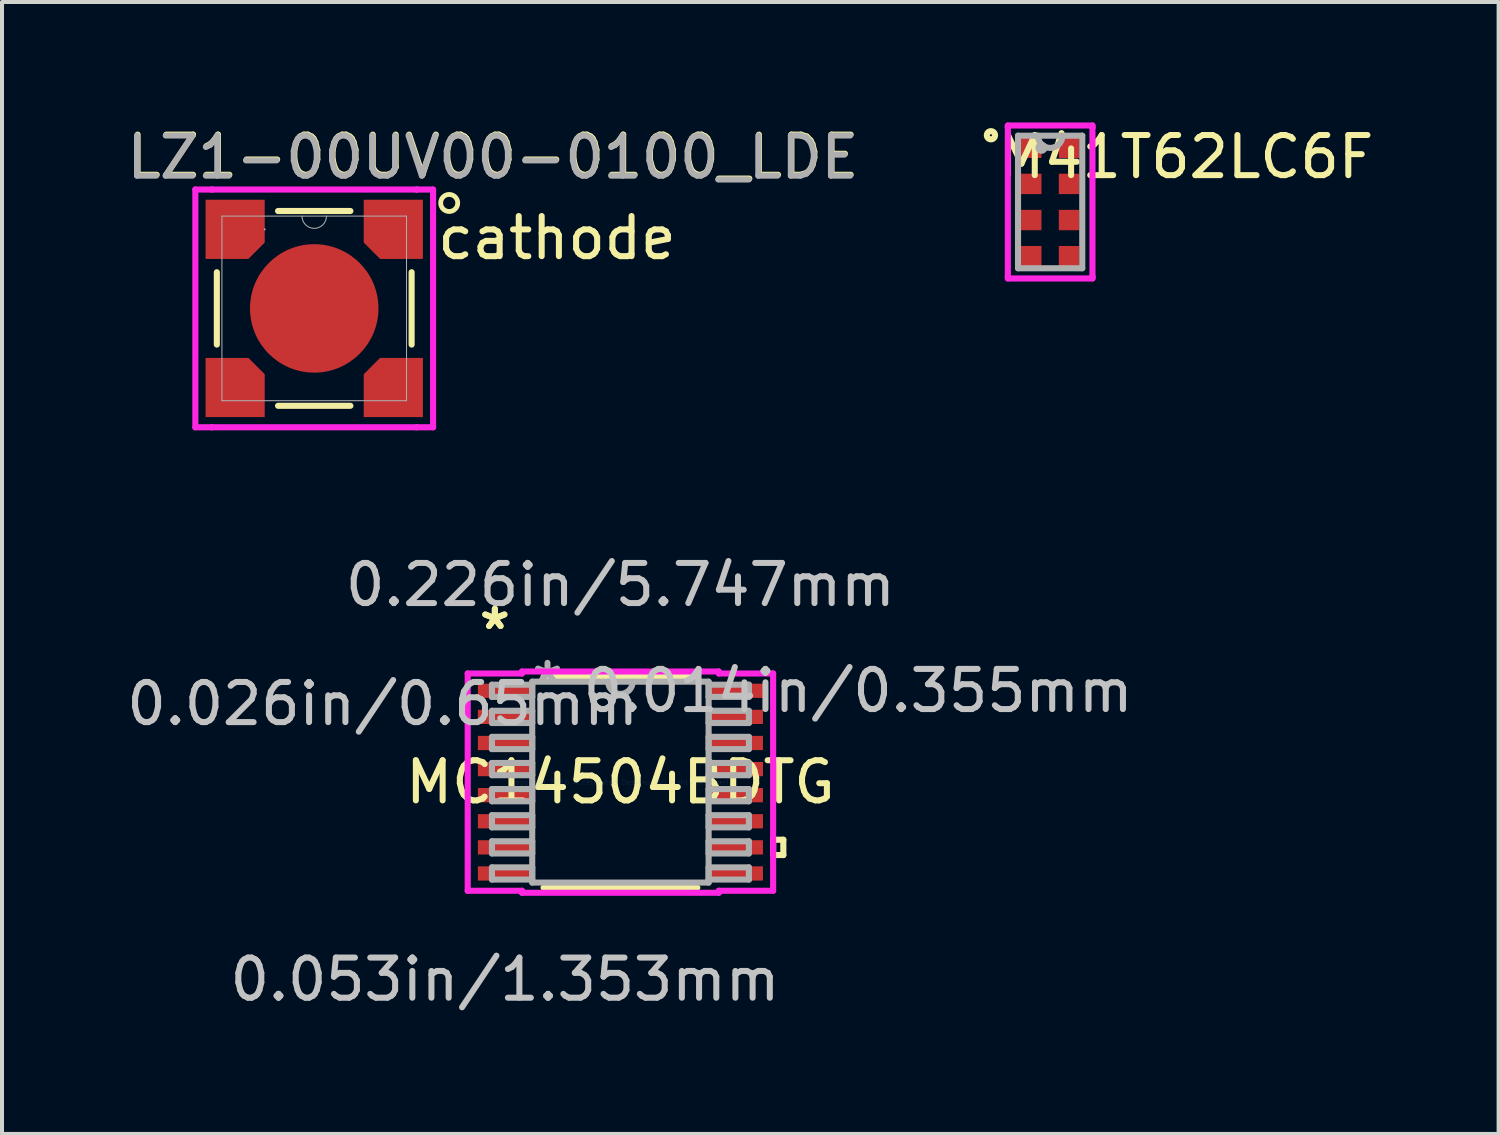
<source format=kicad_pcb>
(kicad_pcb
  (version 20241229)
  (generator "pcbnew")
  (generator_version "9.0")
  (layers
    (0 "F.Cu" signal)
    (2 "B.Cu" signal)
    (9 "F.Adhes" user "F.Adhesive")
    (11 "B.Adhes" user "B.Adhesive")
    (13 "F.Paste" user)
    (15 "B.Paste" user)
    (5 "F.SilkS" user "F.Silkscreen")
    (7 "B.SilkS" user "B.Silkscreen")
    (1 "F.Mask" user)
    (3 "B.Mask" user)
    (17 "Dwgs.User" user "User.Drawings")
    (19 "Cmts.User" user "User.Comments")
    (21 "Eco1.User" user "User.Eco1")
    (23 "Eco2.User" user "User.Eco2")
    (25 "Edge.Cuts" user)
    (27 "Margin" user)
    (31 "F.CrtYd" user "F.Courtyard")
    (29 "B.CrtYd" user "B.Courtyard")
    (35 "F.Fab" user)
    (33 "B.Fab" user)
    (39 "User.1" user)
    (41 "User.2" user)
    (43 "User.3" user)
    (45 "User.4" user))
  (footprint "LZ1-00UV00-0100_LDE"
    (layer "F.Cu")
    (at 4.777 4.632)
    (property "Reference" "LZ1-00UV00-0100_LDE" (at 4.458 -3.784 0) (unlocked yes) (layer "F.SilkS") (effects (font (size 1 1) (thickness 0.15))))
    (attr smd)
    (fp_poly (pts (xy -2.707 2.707) (xy -2.707 1.233) (xy -1.64 1.233) (xy -1.233 1.64) (xy -1.233 2.707)) (stroke (width 0) (type solid)) (fill yes) (layer "F.Cu"))
    (fp_poly (pts (xy -2.707 -2.707) (xy -1.233 -2.707) (xy -1.233 -1.64) (xy -1.64 -1.233) (xy -2.707 -1.233)) (stroke (width 0) (type solid)) (fill yes) (layer "F.Cu"))
    (fp_poly (pts (xy 2.707 -2.707) (xy 2.707 -1.233) (xy 1.64 -1.233) (xy 1.233 -1.64) (xy 1.233 -2.707)) (stroke (width 0) (type solid)) (fill yes) (layer "F.Cu"))
    (fp_poly (pts (xy 2.707 2.707) (xy 1.233 2.707) (xy 1.233 1.64) (xy 1.64 1.233) (xy 2.707 1.233)) (stroke (width 0) (type solid)) (fill yes) (layer "F.Cu"))
    (fp_poly (pts (xy -2.707 2.707) (xy -2.707 1.233) (xy -1.64 1.233) (xy -1.233 1.64) (xy -1.233 2.707)) (stroke (width 0) (type solid)) (fill yes) (layer "F.Mask"))
    (fp_poly (pts (xy -2.707 -2.707) (xy -1.233 -2.707) (xy -1.233 -1.64) (xy -1.64 -1.233) (xy -2.707 -1.233)) (stroke (width 0) (type solid)) (fill yes) (layer "F.Mask"))
    (fp_poly (pts (xy 2.707 -2.707) (xy 2.707 -1.233) (xy 1.64 -1.233) (xy 1.233 -1.64) (xy 1.233 -2.707)) (stroke (width 0) (type solid)) (fill yes) (layer "F.Mask"))
    (fp_poly (pts (xy 2.707 2.707) (xy 1.233 2.707) (xy 1.233 1.64) (xy 1.64 1.233) (xy 2.707 1.233)) (stroke (width 0) (type solid)) (fill yes) (layer "F.Mask"))
    (fp_line (start -2.426 -0.901) (end -2.426 0.901) (stroke (width 0.152) (type solid)) (layer "F.SilkS"))
    (fp_line (start -0.901 2.426) (end 0.901 2.426) (stroke (width 0.152) (type solid)) (layer "F.SilkS"))
    (fp_line (start 0.901 -2.426) (end -0.901 -2.426) (stroke (width 0.152) (type solid)) (layer "F.SilkS"))
    (fp_line (start 2.426 0.901) (end 2.426 -0.901) (stroke (width 0.152) (type solid)) (layer "F.SilkS"))
    (fp_circle (center 3.362 -2.626) (end 3.232 -2.794) (stroke (width 0.12) (type solid)) (fill no) (layer "F.SilkS"))
    (fp_poly (pts (xy -2.707 2.707) (xy -2.707 1.233) (xy -1.64 1.233) (xy -1.233 1.64) (xy -1.233 2.707)) (stroke (width 0) (type solid)) (fill yes) (layer "F.Paste"))
    (fp_poly (pts (xy -2.707 -2.707) (xy -1.233 -2.707) (xy -1.233 -1.64) (xy -1.64 -1.233) (xy -2.707 -1.233)) (stroke (width 0) (type solid)) (fill yes) (layer "F.Paste"))
    (fp_poly (pts (xy 2.707 -2.707) (xy 2.707 -1.233) (xy 1.64 -1.233) (xy 1.233 -1.64) (xy 1.233 -2.707)) (stroke (width 0) (type solid)) (fill yes) (layer "F.Paste"))
    (fp_poly (pts (xy 2.707 2.707) (xy 1.233 2.707) (xy 1.233 1.64) (xy 1.64 1.233) (xy 2.707 1.233)) (stroke (width 0) (type solid)) (fill yes) (layer "F.Paste"))
    (fp_line (start -2.961 -2.961) (end -2.553 -2.961) (stroke (width 0.152) (type solid)) (layer "F.CrtYd"))
    (fp_line (start -2.961 2.961) (end -2.961 -2.961) (stroke (width 0.152) (type solid)) (layer "F.CrtYd"))
    (fp_line (start -2.961 2.961) (end -2.553 2.961) (stroke (width 0.152) (type solid)) (layer "F.CrtYd"))
    (fp_line (start -2.553 -2.961) (end -2.553 -2.961) (stroke (width 0.152) (type solid)) (layer "F.CrtYd"))
    (fp_line (start -2.553 -2.961) (end 2.553 -2.961) (stroke (width 0.152) (type solid)) (layer "F.CrtYd"))
    (fp_line (start -2.553 2.961) (end -2.553 2.961) (stroke (width 0.152) (type solid)) (layer "F.CrtYd"))
    (fp_line (start 2.553 -2.961) (end 2.553 -2.961) (stroke (width 0.152) (type solid)) (layer "F.CrtYd"))
    (fp_line (start 2.553 2.961) (end -2.553 2.961) (stroke (width 0.152) (type solid)) (layer "F.CrtYd"))
    (fp_line (start 2.553 2.961) (end 2.553 2.961) (stroke (width 0.152) (type solid)) (layer "F.CrtYd"))
    (fp_line (start 2.961 -2.961) (end 2.553 -2.961) (stroke (width 0.152) (type solid)) (layer "F.CrtYd"))
    (fp_line (start 2.961 -2.961) (end 2.961 2.961) (stroke (width 0.152) (type solid)) (layer "F.CrtYd"))
    (fp_line (start 2.961 2.961) (end 2.553 2.961) (stroke (width 0.152) (type solid)) (layer "F.CrtYd"))
    (fp_line (start -2.299 -2.299) (end -2.299 2.299) (stroke (width 0.025) (type solid)) (layer "F.Fab"))
    (fp_line (start -2.299 2.299) (end 2.299 2.299) (stroke (width 0.025) (type solid)) (layer "F.Fab"))
    (fp_line (start 2.299 -2.299) (end -2.299 -2.299) (stroke (width 0.025) (type solid)) (layer "F.Fab"))
    (fp_line (start 2.299 2.299) (end 2.299 -2.299) (stroke (width 0.025) (type solid)) (layer "F.Fab"))
    (fp_arc (start 0.3048 -2.2987) (mid 0 -1.9939) (end -0.3048 -2.2987) (stroke (width 0.0254) (type solid)) (layer "F.Fab"))
    (fp_circle (center -1.233 -1.97) (end -1.233 -1.97) (stroke (width 0.025) (type solid)) (fill no) (layer "F.Fab"))
    (fp_text user "cathode" (at 6.047 -1.756 0) (unlocked yes) (layer "F.SilkS") (effects (font (size 1 1) (thickness 0.15))))
    (fp_text user "${REFERENCE}" (at 4.443 -3.761 0) (unlocked yes) (layer "F.Fab") (effects (font (size 1 1) (thickness 0.15))))
    (pad "1" smd rect (at -1.97 -1.97) (size 0.051 0.051) (layers "F.Cu" "F.Mask" "F.Paste"))
    (pad "2" smd rect (at 1.97 -1.97 90) (size 0.051 0.051) (layers "F.Cu" "F.Mask" "F.Paste"))
    (pad "3" smd rect (at 1.97 1.97) (size 0.051 0.051) (layers "F.Cu" "F.Mask" "F.Paste"))
    (pad "4" smd rect (at -1.97 1.97 90) (size 0.051 0.051) (layers "F.Cu" "F.Mask" "F.Paste"))
    (pad "5" smd circle (at 0 0) (size 3.2 3.2) (layers "F.Cu" "F.Mask" "F.Paste")))
  (footprint "MC14504BDTG"
    (layer "F.Cu")
    (at 12.404 16.432)
    (property "Reference" "MC14504BDTG" (at 0 0 0) (layer "F.SilkS") (effects (font (size 1 1) (thickness 0.15))))
    (attr through_hole)
    (fp_line (start -1.915 2.629) (end 1.915 2.629) (stroke (width 0.152) (type solid)) (layer "F.SilkS"))
    (fp_line (start 1.915 -2.629) (end -1.915 -2.629) (stroke (width 0.152) (type solid)) (layer "F.SilkS"))
    (fp_line (start 3.804 1.435) (end 4.058 1.435) (stroke (width 0.152) (type solid)) (layer "F.SilkS"))
    (fp_line (start 3.804 1.816) (end 3.804 1.435) (stroke (width 0.152) (type solid)) (layer "F.SilkS"))
    (fp_line (start 4.058 1.435) (end 4.058 1.816) (stroke (width 0.152) (type solid)) (layer "F.SilkS"))
    (fp_line (start 4.058 1.816) (end 3.804 1.816) (stroke (width 0.152) (type solid)) (layer "F.SilkS"))
    (fp_line (start -3.804 -2.706) (end -2.451 -2.706) (stroke (width 0.152) (type solid)) (layer "F.CrtYd"))
    (fp_line (start -3.804 2.706) (end -3.804 -2.706) (stroke (width 0.152) (type solid)) (layer "F.CrtYd"))
    (fp_line (start -2.451 -2.756) (end 2.451 -2.756) (stroke (width 0.152) (type solid)) (layer "F.CrtYd"))
    (fp_line (start -2.451 -2.706) (end -2.451 -2.756) (stroke (width 0.152) (type solid)) (layer "F.CrtYd"))
    (fp_line (start -2.451 2.706) (end -3.804 2.706) (stroke (width 0.152) (type solid)) (layer "F.CrtYd"))
    (fp_line (start -2.451 2.756) (end -2.451 2.706) (stroke (width 0.152) (type solid)) (layer "F.CrtYd"))
    (fp_line (start 2.451 -2.756) (end 2.451 -2.706) (stroke (width 0.152) (type solid)) (layer "F.CrtYd"))
    (fp_line (start 2.451 -2.706) (end 3.804 -2.706) (stroke (width 0.152) (type solid)) (layer "F.CrtYd"))
    (fp_line (start 2.451 2.706) (end 2.451 2.756) (stroke (width 0.152) (type solid)) (layer "F.CrtYd"))
    (fp_line (start 2.451 2.756) (end -2.451 2.756) (stroke (width 0.152) (type solid)) (layer "F.CrtYd"))
    (fp_line (start 3.804 -2.706) (end 3.804 2.706) (stroke (width 0.152) (type solid)) (layer "F.CrtYd"))
    (fp_line (start 3.804 2.706) (end 2.451 2.706) (stroke (width 0.152) (type solid)) (layer "F.CrtYd"))
    (fp_line (start -3.2 -2.427) (end -3.2 -2.123) (stroke (width 0.152) (type solid)) (layer "F.Fab"))
    (fp_line (start -3.2 -2.123) (end -2.197 -2.123) (stroke (width 0.152) (type solid)) (layer "F.Fab"))
    (fp_line (start -3.2 -1.777) (end -3.2 -1.473) (stroke (width 0.152) (type solid)) (layer "F.Fab"))
    (fp_line (start -3.2 -1.473) (end -2.197 -1.473) (stroke (width 0.152) (type solid)) (layer "F.Fab"))
    (fp_line (start -3.2 -1.127) (end -3.2 -0.823) (stroke (width 0.152) (type solid)) (layer "F.Fab"))
    (fp_line (start -3.2 -0.823) (end -2.197 -0.823) (stroke (width 0.152) (type solid)) (layer "F.Fab"))
    (fp_line (start -3.2 -0.477) (end -3.2 -0.173) (stroke (width 0.152) (type solid)) (layer "F.Fab"))
    (fp_line (start -3.2 -0.173) (end -2.197 -0.173) (stroke (width 0.152) (type solid)) (layer "F.Fab"))
    (fp_line (start -3.2 0.173) (end -3.2 0.477) (stroke (width 0.152) (type solid)) (layer "F.Fab"))
    (fp_line (start -3.2 0.477) (end -2.197 0.477) (stroke (width 0.152) (type solid)) (layer "F.Fab"))
    (fp_line (start -3.2 0.823) (end -3.2 1.127) (stroke (width 0.152) (type solid)) (layer "F.Fab"))
    (fp_line (start -3.2 1.127) (end -2.197 1.127) (stroke (width 0.152) (type solid)) (layer "F.Fab"))
    (fp_line (start -3.2 1.473) (end -3.2 1.777) (stroke (width 0.152) (type solid)) (layer "F.Fab"))
    (fp_line (start -3.2 1.777) (end -2.197 1.777) (stroke (width 0.152) (type solid)) (layer "F.Fab"))
    (fp_line (start -3.2 2.123) (end -3.2 2.427) (stroke (width 0.152) (type solid)) (layer "F.Fab"))
    (fp_line (start -3.2 2.427) (end -2.197 2.427) (stroke (width 0.152) (type solid)) (layer "F.Fab"))
    (fp_line (start -2.197 -2.502) (end -2.197 2.502) (stroke (width 0.152) (type solid)) (layer "F.Fab"))
    (fp_line (start -2.197 -2.427) (end -3.2 -2.427) (stroke (width 0.152) (type solid)) (layer "F.Fab"))
    (fp_line (start -2.197 -2.123) (end -2.197 -2.427) (stroke (width 0.152) (type solid)) (layer "F.Fab"))
    (fp_line (start -2.197 -1.777) (end -3.2 -1.777) (stroke (width 0.152) (type solid)) (layer "F.Fab"))
    (fp_line (start -2.197 -1.473) (end -2.197 -1.777) (stroke (width 0.152) (type solid)) (layer "F.Fab"))
    (fp_line (start -2.197 -1.127) (end -3.2 -1.127) (stroke (width 0.152) (type solid)) (layer "F.Fab"))
    (fp_line (start -2.197 -0.823) (end -2.197 -1.127) (stroke (width 0.152) (type solid)) (layer "F.Fab"))
    (fp_line (start -2.197 -0.477) (end -3.2 -0.477) (stroke (width 0.152) (type solid)) (layer "F.Fab"))
    (fp_line (start -2.197 -0.173) (end -2.197 -0.477) (stroke (width 0.152) (type solid)) (layer "F.Fab"))
    (fp_line (start -2.197 0.173) (end -3.2 0.173) (stroke (width 0.152) (type solid)) (layer "F.Fab"))
    (fp_line (start -2.197 0.477) (end -2.197 0.173) (stroke (width 0.152) (type solid)) (layer "F.Fab"))
    (fp_line (start -2.197 0.823) (end -3.2 0.823) (stroke (width 0.152) (type solid)) (layer "F.Fab"))
    (fp_line (start -2.197 1.127) (end -2.197 0.823) (stroke (width 0.152) (type solid)) (layer "F.Fab"))
    (fp_line (start -2.197 1.473) (end -3.2 1.473) (stroke (width 0.152) (type solid)) (layer "F.Fab"))
    (fp_line (start -2.197 1.777) (end -2.197 1.473) (stroke (width 0.152) (type solid)) (layer "F.Fab"))
    (fp_line (start -2.197 2.123) (end -3.2 2.123) (stroke (width 0.152) (type solid)) (layer "F.Fab"))
    (fp_line (start -2.197 2.427) (end -2.197 2.123) (stroke (width 0.152) (type solid)) (layer "F.Fab"))
    (fp_line (start -2.197 2.502) (end 2.197 2.502) (stroke (width 0.152) (type solid)) (layer "F.Fab"))
    (fp_line (start 2.197 -2.502) (end -2.197 -2.502) (stroke (width 0.152) (type solid)) (layer "F.Fab"))
    (fp_line (start 2.197 -2.427) (end 2.197 -2.123) (stroke (width 0.152) (type solid)) (layer "F.Fab"))
    (fp_line (start 2.197 -2.123) (end 3.2 -2.123) (stroke (width 0.152) (type solid)) (layer "F.Fab"))
    (fp_line (start 2.197 -1.777) (end 2.197 -1.473) (stroke (width 0.152) (type solid)) (layer "F.Fab"))
    (fp_line (start 2.197 -1.473) (end 3.2 -1.473) (stroke (width 0.152) (type solid)) (layer "F.Fab"))
    (fp_line (start 2.197 -1.127) (end 2.197 -0.823) (stroke (width 0.152) (type solid)) (layer "F.Fab"))
    (fp_line (start 2.197 -0.823) (end 3.2 -0.823) (stroke (width 0.152) (type solid)) (layer "F.Fab"))
    (fp_line (start 2.197 -0.477) (end 2.197 -0.173) (stroke (width 0.152) (type solid)) (layer "F.Fab"))
    (fp_line (start 2.197 -0.173) (end 3.2 -0.173) (stroke (width 0.152) (type solid)) (layer "F.Fab"))
    (fp_line (start 2.197 0.173) (end 2.197 0.477) (stroke (width 0.152) (type solid)) (layer "F.Fab"))
    (fp_line (start 2.197 0.477) (end 3.2 0.477) (stroke (width 0.152) (type solid)) (layer "F.Fab"))
    (fp_line (start 2.197 0.823) (end 2.197 1.127) (stroke (width 0.152) (type solid)) (layer "F.Fab"))
    (fp_line (start 2.197 1.127) (end 3.2 1.127) (stroke (width 0.152) (type solid)) (layer "F.Fab"))
    (fp_line (start 2.197 1.473) (end 2.197 1.777) (stroke (width 0.152) (type solid)) (layer "F.Fab"))
    (fp_line (start 2.197 1.777) (end 3.2 1.777) (stroke (width 0.152) (type solid)) (layer "F.Fab"))
    (fp_line (start 2.197 2.123) (end 2.197 2.427) (stroke (width 0.152) (type solid)) (layer "F.Fab"))
    (fp_line (start 2.197 2.427) (end 3.2 2.427) (stroke (width 0.152) (type solid)) (layer "F.Fab"))
    (fp_line (start 2.197 2.502) (end 2.197 -2.502) (stroke (width 0.152) (type solid)) (layer "F.Fab"))
    (fp_line (start 3.2 -2.427) (end 2.197 -2.427) (stroke (width 0.152) (type solid)) (layer "F.Fab"))
    (fp_line (start 3.2 -2.123) (end 3.2 -2.427) (stroke (width 0.152) (type solid)) (layer "F.Fab"))
    (fp_line (start 3.2 -1.777) (end 2.197 -1.777) (stroke (width 0.152) (type solid)) (layer "F.Fab"))
    (fp_line (start 3.2 -1.473) (end 3.2 -1.777) (stroke (width 0.152) (type solid)) (layer "F.Fab"))
    (fp_line (start 3.2 -1.127) (end 2.197 -1.127) (stroke (width 0.152) (type solid)) (layer "F.Fab"))
    (fp_line (start 3.2 -0.823) (end 3.2 -1.127) (stroke (width 0.152) (type solid)) (layer "F.Fab"))
    (fp_line (start 3.2 -0.477) (end 2.197 -0.477) (stroke (width 0.152) (type solid)) (layer "F.Fab"))
    (fp_line (start 3.2 -0.173) (end 3.2 -0.477) (stroke (width 0.152) (type solid)) (layer "F.Fab"))
    (fp_line (start 3.2 0.173) (end 2.197 0.173) (stroke (width 0.152) (type solid)) (layer "F.Fab"))
    (fp_line (start 3.2 0.477) (end 3.2 0.173) (stroke (width 0.152) (type solid)) (layer "F.Fab"))
    (fp_line (start 3.2 0.823) (end 2.197 0.823) (stroke (width 0.152) (type solid)) (layer "F.Fab"))
    (fp_line (start 3.2 1.127) (end 3.2 0.823) (stroke (width 0.152) (type solid)) (layer "F.Fab"))
    (fp_line (start 3.2 1.473) (end 2.197 1.473) (stroke (width 0.152) (type solid)) (layer "F.Fab"))
    (fp_line (start 3.2 1.777) (end 3.2 1.473) (stroke (width 0.152) (type solid)) (layer "F.Fab"))
    (fp_line (start 3.2 2.123) (end 2.197 2.123) (stroke (width 0.152) (type solid)) (layer "F.Fab"))
    (fp_line (start 3.2 2.427) (end 3.2 2.123) (stroke (width 0.152) (type solid)) (layer "F.Fab"))
    (fp_arc (start 0.3048 -2.5019) (mid 0 -2.1971) (end -0.3048 -2.5019) (stroke (width 0.1524) (type solid)) (layer "F.Fab"))
    (fp_text user "*" (at -3.128 -3.773 0) (layer "F.SilkS") (effects (font (size 1 1) (thickness 0.15))))
    (fp_text user "*" (at -3.128 -3.773 0) (layer "F.SilkS") (effects (font (size 1 1) (thickness 0.15))))
    (fp_text user "0.014in/0.355mm" (at 5.922 -2.275 0) (layer "Dwgs.User") (effects (font (size 1 1) (thickness 0.15))))
    (fp_text user "0.026in/0.65mm" (at -5.922 -1.95 0) (layer "Dwgs.User") (effects (font (size 1 1) (thickness 0.15))))
    (fp_text user "0.053in/1.353mm" (at -2.874 4.915 0) (layer "Dwgs.User") (effects (font (size 1 1) (thickness 0.15))))
    (fp_text user "0.226in/5.747mm" (at 0 -4.915 0) (layer "Dwgs.User") (effects (font (size 1 1) (thickness 0.15))))
    (fp_text user "Copyright 2016 Accelerated Designs. All rights reserved." (at 0 0 0) (layer "Cmts.User") (effects (font (size 0.127 0.127) (thickness 0.002))))
    (fp_text user "*" (at -1.816 -2.426 0) (layer "F.Fab") (effects (font (size 1 1) (thickness 0.15))))
    (pad "1" smd rect (at -2.874 -2.275) (size 1.353 0.355) (layers "F.Cu" "F.Mask" "F.Paste"))
    (pad "2" smd rect (at -2.874 -1.625) (size 1.353 0.355) (layers "F.Cu" "F.Mask" "F.Paste"))
    (pad "3" smd rect (at -2.874 -0.975) (size 1.353 0.355) (layers "F.Cu" "F.Mask" "F.Paste"))
    (pad "4" smd rect (at -2.874 -0.325) (size 1.353 0.355) (layers "F.Cu" "F.Mask" "F.Paste"))
    (pad "5" smd rect (at -2.874 0.325) (size 1.353 0.355) (layers "F.Cu" "F.Mask" "F.Paste"))
    (pad "6" smd rect (at -2.874 0.975) (size 1.353 0.355) (layers "F.Cu" "F.Mask" "F.Paste"))
    (pad "7" smd rect (at -2.874 1.625) (size 1.353 0.355) (layers "F.Cu" "F.Mask" "F.Paste"))
    (pad "8" smd rect (at -2.874 2.275) (size 1.353 0.355) (layers "F.Cu" "F.Mask" "F.Paste"))
    (pad "9" smd rect (at 2.874 2.275) (size 1.353 0.355) (layers "F.Cu" "F.Mask" "F.Paste"))
    (pad "10" smd rect (at 2.874 1.625) (size 1.353 0.355) (layers "F.Cu" "F.Mask" "F.Paste"))
    (pad "11" smd rect (at 2.874 0.975) (size 1.353 0.355) (layers "F.Cu" "F.Mask" "F.Paste"))
    (pad "12" smd rect (at 2.874 0.325) (size 1.353 0.355) (layers "F.Cu" "F.Mask" "F.Paste"))
    (pad "13" smd rect (at 2.874 -0.325) (size 1.353 0.355) (layers "F.Cu" "F.Mask" "F.Paste"))
    (pad "14" smd rect (at 2.874 -0.975) (size 1.353 0.355) (layers "F.Cu" "F.Mask" "F.Paste"))
    (pad "15" smd rect (at 2.874 -1.625) (size 1.353 0.355) (layers "F.Cu" "F.Mask" "F.Paste"))
    (pad "16" smd rect (at 2.874 -2.275) (size 1.353 0.355) (layers "F.Cu" "F.Mask" "F.Paste")))
  (footprint "M41T62LC6F"
    (layer "F.Cu")
    (at 23.108 1.981)
    (property "Reference" "M41T62LC6F" (at 3.379 -1.123 0) (layer "F.SilkS") (effects (font (size 1 1) (thickness 0.15))))
    (attr through_hole)
    (fp_circle (center -1.475 -1.662) (end -1.373 -1.662) (stroke (width 0.152) (type solid)) (fill no) (layer "F.SilkS"))
    (fp_line (start -1.054 -1.905) (end 1.054 -1.905) (stroke (width 0.152) (type solid)) (layer "F.CrtYd"))
    (fp_line (start -1.054 -1.858) (end -1.054 -1.905) (stroke (width 0.152) (type solid)) (layer "F.CrtYd"))
    (fp_line (start -1.054 -1.858) (end -1.054 -1.858) (stroke (width 0.152) (type solid)) (layer "F.CrtYd"))
    (fp_line (start -1.054 1.858) (end -1.054 -1.858) (stroke (width 0.152) (type solid)) (layer "F.CrtYd"))
    (fp_line (start -1.054 1.858) (end -1.054 1.858) (stroke (width 0.152) (type solid)) (layer "F.CrtYd"))
    (fp_line (start -1.054 1.905) (end -1.054 1.858) (stroke (width 0.152) (type solid)) (layer "F.CrtYd"))
    (fp_line (start 1.054 -1.905) (end 1.054 -1.858) (stroke (width 0.152) (type solid)) (layer "F.CrtYd"))
    (fp_line (start 1.054 -1.858) (end 1.054 -1.858) (stroke (width 0.152) (type solid)) (layer "F.CrtYd"))
    (fp_line (start 1.054 -1.858) (end 1.054 1.858) (stroke (width 0.152) (type solid)) (layer "F.CrtYd"))
    (fp_line (start 1.054 1.858) (end 1.054 1.858) (stroke (width 0.152) (type solid)) (layer "F.CrtYd"))
    (fp_line (start 1.054 1.858) (end 1.054 1.905) (stroke (width 0.152) (type solid)) (layer "F.CrtYd"))
    (fp_line (start 1.054 1.905) (end -1.054 1.905) (stroke (width 0.152) (type solid)) (layer "F.CrtYd"))
    (fp_line (start -0.8 -1.651) (end -0.8 1.651) (stroke (width 0.152) (type solid)) (layer "F.Fab"))
    (fp_line (start -0.8 1.651) (end 0.8 1.651) (stroke (width 0.152) (type solid)) (layer "F.Fab"))
    (fp_line (start 0.8 -1.651) (end -0.8 -1.651) (stroke (width 0.152) (type solid)) (layer "F.Fab"))
    (fp_line (start 0.8 1.651) (end 0.8 -1.651) (stroke (width 0.152) (type solid)) (layer "F.Fab"))
    (fp_arc (start 0.3048 -1.651) (mid 0 -1.3462) (end -0.3048 -1.651) (stroke (width 0.1524) (type solid)) (layer "F.Fab"))
    (fp_circle (center -0.216 -1.35) (end -0.14 -1.35) (stroke (width 0.152) (type solid)) (fill no) (layer "F.Fab"))
    (pad "1" smd rect (at -0.47 -1.35) (size 0.508 0.508) (layers "F.Cu" "F.Mask" "F.Paste"))
    (pad "2" smd rect (at -0.47 -0.45) (size 0.508 0.508) (layers "F.Cu" "F.Mask" "F.Paste"))
    (pad "3" smd rect (at -0.47 0.45) (size 0.508 0.508) (layers "F.Cu" "F.Mask" "F.Paste"))
    (pad "4" smd rect (at -0.47 1.35) (size 0.508 0.508) (layers "F.Cu" "F.Mask" "F.Paste"))
    (pad "5" smd rect (at 0.47 1.35) (size 0.508 0.508) (layers "F.Cu" "F.Mask" "F.Paste"))
    (pad "6" smd rect (at 0.47 0.45) (size 0.508 0.508) (layers "F.Cu" "F.Mask" "F.Paste"))
    (pad "7" smd rect (at 0.47 -0.45) (size 0.508 0.508) (layers "F.Cu" "F.Mask" "F.Paste"))
    (pad "8" smd rect (at 0.47 -1.35) (size 0.508 0.508) (layers "F.Cu" "F.Mask" "F.Paste")))
  (gr_rect
    (start -3 -3)
    (end 34.279 25.195)
    (stroke (width 0.1) (type default))
    (fill no)
    (layer "Edge.Cuts")))
</source>
